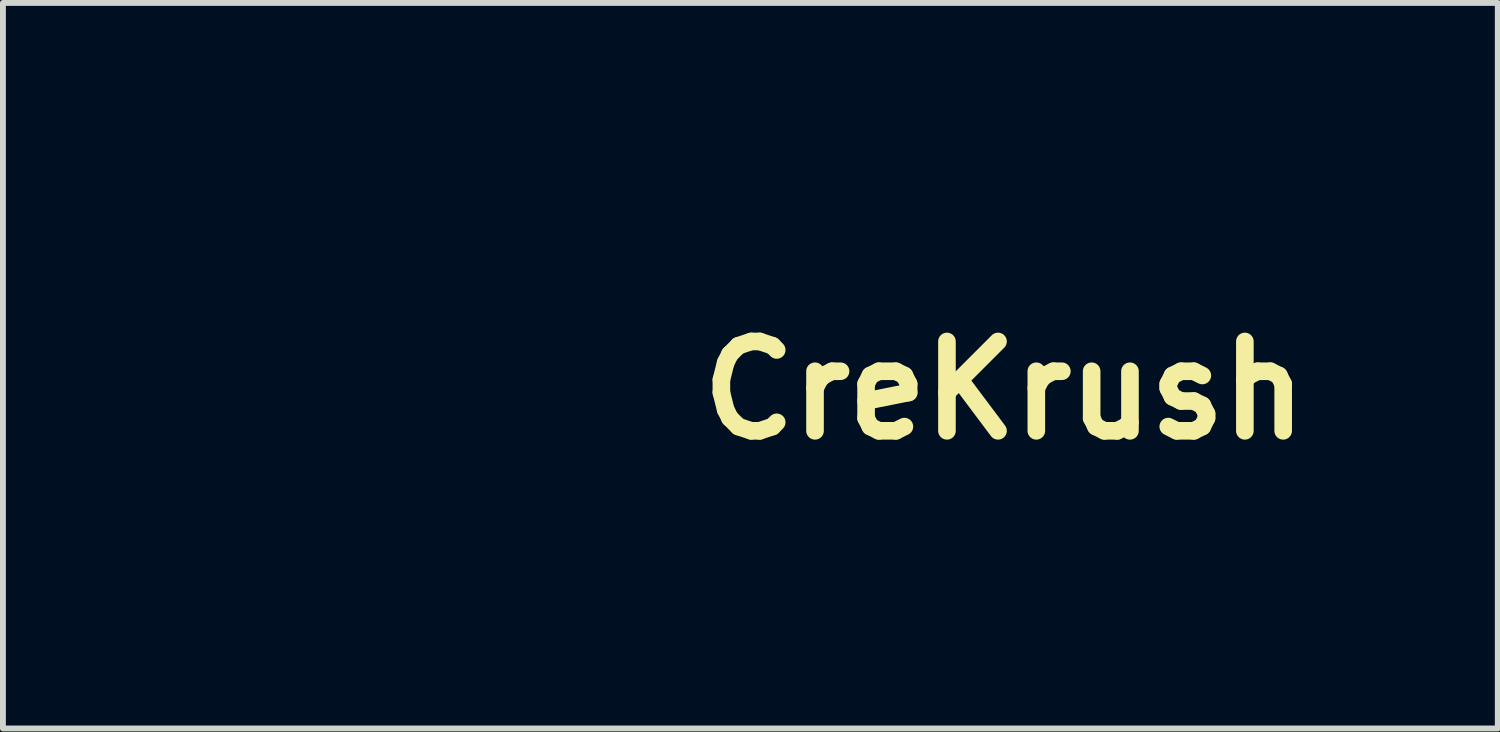
<source format=kicad_pcb>
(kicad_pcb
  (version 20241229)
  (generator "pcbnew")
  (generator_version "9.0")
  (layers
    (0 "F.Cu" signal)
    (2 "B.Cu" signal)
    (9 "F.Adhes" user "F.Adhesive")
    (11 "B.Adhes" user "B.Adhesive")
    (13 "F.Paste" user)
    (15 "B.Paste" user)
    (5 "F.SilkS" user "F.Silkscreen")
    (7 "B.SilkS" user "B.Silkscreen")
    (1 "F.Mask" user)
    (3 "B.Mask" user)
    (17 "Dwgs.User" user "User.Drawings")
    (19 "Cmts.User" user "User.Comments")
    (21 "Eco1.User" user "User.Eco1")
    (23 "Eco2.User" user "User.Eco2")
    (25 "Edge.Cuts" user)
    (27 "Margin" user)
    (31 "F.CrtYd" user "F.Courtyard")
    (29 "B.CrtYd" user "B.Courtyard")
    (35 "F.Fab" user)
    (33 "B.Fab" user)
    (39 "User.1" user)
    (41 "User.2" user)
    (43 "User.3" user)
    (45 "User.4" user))
  (footprint "CreKrush"
    (layer "F.Cu")
    (at 14.077 3.607)
    (property "Reference" "CreKrush" (at 0 0 180) (layer "F.SilkS") (effects (font (size 1.524 1.524) (thickness 0.3))))
    (attr through_hole)
    (fp_poly (pts (xy -13.564 2.718) (xy -14.072 2.718) (xy -14.072 1.499) (xy -13.564 1.499) (xy -13.564 2.718)) (stroke (width 0.01) (type solid)) (fill yes) (layer "F.Mask"))
    (fp_poly (pts (xy -4.928 -2.362) (xy -5.436 -2.362) (xy -5.436 -3.581) (xy -4.928 -3.581) (xy -4.928 -2.362)) (stroke (width 0.01) (type solid)) (fill yes) (layer "F.Mask"))
    (fp_poly (pts (xy 3.81 0.686) (xy -13.919 0.686) (xy -13.919 0.483) (xy 3.81 0.483) (xy 3.81 0.686)) (stroke (width 0.01) (type solid)) (fill yes) (layer "F.Mask"))
    (fp_poly (pts (xy -3.105 -3.576) (xy -2.832 -3.569) (xy -2.527 -2.985) (xy -2.513 -3.581) (xy -2.083 -3.581) (xy -2.083 -2.36) (xy -2.625 -2.375) (xy -2.934 -2.959) (xy -2.941 -2.661) (xy -2.948 -2.362) (xy -3.378 -2.362) (xy -3.378 -3.583) (xy -3.105 -3.576)) (stroke (width 0.01) (type solid)) (fill yes) (layer "F.Mask"))
    (fp_poly (pts (xy -4.912 1.504) (xy -4.642 1.511) (xy -4.499 1.795) (xy -4.444 1.903) (xy -4.396 1.992) (xy -4.362 2.054) (xy -4.344 2.08) (xy -4.343 2.081) (xy -4.339 2.058) (xy -4.337 1.994) (xy -4.337 1.9) (xy -4.339 1.791) (xy -4.348 1.499) (xy -3.886 1.499) (xy -3.886 2.718) (xy -4.432 2.717) (xy -4.748 2.121) (xy -4.75 2.718) (xy -5.182 2.718) (xy -5.182 1.497) (xy -4.912 1.504)) (stroke (width 0.01) (type solid)) (fill yes) (layer "F.Mask"))
    (fp_poly (pts (xy 2.29 -1.65) (xy 2.453 -1.648) (xy 2.591 -1.645) (xy 2.698 -1.641) (xy 2.768 -1.636) (xy 2.794 -1.63) (xy 2.794 -1.63) (xy 2.785 -1.597) (xy 2.762 -1.532) (xy 2.733 -1.458) (xy 2.672 -1.308) (xy 2.53 -1.3) (xy 2.388 -1.293) (xy 2.388 -0.406) (xy 1.854 -0.406) (xy 1.854 -1.293) (xy 1.71 -1.3) (xy 1.566 -1.308) (xy 1.426 -1.651) (xy 2.11 -1.651) (xy 2.29 -1.65)) (stroke (width 0.01) (type solid)) (fill yes) (layer "F.Mask"))
    (fp_poly (pts (xy -10.848 1.631) (xy -10.879 1.707) (xy -10.903 1.764) (xy -10.912 1.783) (xy -10.941 1.791) (xy -11.01 1.798) (xy -11.109 1.802) (xy -11.216 1.803) (xy -11.506 1.803) (xy -11.506 1.956) (xy -10.947 1.956) (xy -10.947 2.235) (xy -11.506 2.235) (xy -11.506 2.411) (xy -11.212 2.419) (xy -10.917 2.426) (xy -10.858 2.572) (xy -10.799 2.718) (xy -11.938 2.718) (xy -11.938 1.499) (xy -10.796 1.499) (xy -10.848 1.631)) (stroke (width 0.01) (type solid)) (fill yes) (layer "F.Mask"))
    (fp_poly (pts (xy -6.529 1.657) (xy -6.49 1.746) (xy -6.458 1.822) (xy -6.44 1.866) (xy -6.428 1.881) (xy -6.408 1.861) (xy -6.379 1.802) (xy -6.342 1.714) (xy -6.261 1.511) (xy -6.013 1.504) (xy -5.908 1.502) (xy -5.825 1.504) (xy -5.775 1.508) (xy -5.766 1.512) (xy -5.777 1.538) (xy -5.809 1.601) (xy -5.857 1.695) (xy -5.918 1.81) (xy -5.982 1.929) (xy -6.198 2.331) (xy -6.198 2.718) (xy -6.706 2.718) (xy -6.706 2.31) (xy -7.157 1.499) (xy -6.601 1.499) (xy -6.529 1.657)) (stroke (width 0.01) (type solid)) (fill yes) (layer "F.Mask"))
    (fp_poly (pts (xy -1.219 -1.203) (xy -1.22 -1.037) (xy -1.222 -0.912) (xy -1.227 -0.821) (xy -1.235 -0.755) (xy -1.247 -0.704) (xy -1.264 -0.66) (xy -1.27 -0.648) (xy -1.325 -0.56) (xy -1.399 -0.496) (xy -1.499 -0.452) (xy -1.632 -0.425) (xy -1.808 -0.411) (xy -1.809 -0.411) (xy -2.083 -0.4) (xy -2.083 -0.73) (xy -1.954 -0.743) (xy -1.88 -0.752) (xy -1.825 -0.767) (xy -1.786 -0.796) (xy -1.761 -0.846) (xy -1.746 -0.924) (xy -1.738 -1.036) (xy -1.734 -1.191) (xy -1.734 -1.239) (xy -1.727 -1.638) (xy -1.219 -1.653) (xy -1.219 -1.203)) (stroke (width 0.01) (type solid)) (fill yes) (layer "F.Mask"))
    (fp_poly (pts (xy -6.911 -3.449) (xy -6.942 -3.373) (xy -6.966 -3.316) (xy -6.975 -3.297) (xy -7.004 -3.289) (xy -7.073 -3.282) (xy -7.172 -3.278) (xy -7.279 -3.277) (xy -7.569 -3.277) (xy -7.569 -3.124) (xy -7.01 -3.124) (xy -7.01 -2.847) (xy -7.283 -2.839) (xy -7.556 -2.832) (xy -7.564 -2.75) (xy -7.572 -2.667) (xy -7.28 -2.667) (xy -7.164 -2.665) (xy -7.067 -2.661) (xy -7.001 -2.654) (xy -6.975 -2.647) (xy -6.96 -2.613) (xy -6.933 -2.549) (xy -6.911 -2.494) (xy -6.859 -2.362) (xy -8.001 -2.362) (xy -8.001 -3.581) (xy -6.859 -3.581) (xy -6.911 -3.449)) (stroke (width 0.01) (type solid)) (fill yes) (layer "F.Mask"))
    (fp_poly (pts (xy -9.053 -1.646) (xy -8.784 -1.638) (xy -8.64 -1.354) (xy -8.584 -1.246) (xy -8.535 -1.157) (xy -8.498 -1.095) (xy -8.478 -1.069) (xy -8.477 -1.068) (xy -8.47 -1.091) (xy -8.464 -1.155) (xy -8.46 -1.25) (xy -8.458 -1.359) (xy -8.458 -1.651) (xy -8.026 -1.651) (xy -8.026 -0.406) (xy -8.29 -0.406) (xy -8.431 -0.409) (xy -8.525 -0.418) (xy -8.573 -0.433) (xy -8.579 -0.438) (xy -8.6 -0.472) (xy -8.639 -0.542) (xy -8.689 -0.635) (xy -8.741 -0.734) (xy -8.877 -0.998) (xy -8.884 -0.702) (xy -8.892 -0.406) (xy -9.322 -0.406) (xy -9.322 -1.653) (xy -9.053 -1.646)) (stroke (width 0.01) (type solid)) (fill yes) (layer "F.Mask"))
    (fp_poly (pts (xy 3.866 -3.397) (xy 3.768 -3.217) (xy 3.691 -3.074) (xy 3.632 -2.964) (xy 3.59 -2.88) (xy 3.561 -2.815) (xy 3.544 -2.762) (xy 3.534 -2.717) (xy 3.531 -2.671) (xy 3.53 -2.619) (xy 3.531 -2.569) (xy 3.531 -2.362) (xy 3.023 -2.362) (xy 3.023 -2.742) (xy 2.795 -3.155) (xy 2.567 -3.569) (xy 2.836 -3.576) (xy 2.948 -3.578) (xy 3.039 -3.578) (xy 3.099 -3.575) (xy 3.116 -3.572) (xy 3.131 -3.546) (xy 3.16 -3.484) (xy 3.198 -3.399) (xy 3.21 -3.37) (xy 3.294 -3.179) (xy 3.376 -3.38) (xy 3.458 -3.581) (xy 3.966 -3.581) (xy 3.866 -3.397)) (stroke (width 0.01) (type solid)) (fill yes) (layer "F.Mask"))
    (fp_poly (pts (xy -0.33 -1.65) (xy -0.185 -1.648) (xy -0.065 -1.644) (xy 0.023 -1.64) (xy 0.07 -1.635) (xy 0.076 -1.632) (xy 0.068 -1.599) (xy 0.046 -1.536) (xy 0.028 -1.486) (xy -0.02 -1.359) (xy -0.329 -1.352) (xy -0.638 -1.345) (xy -0.63 -1.266) (xy -0.622 -1.187) (xy -0.076 -1.197) (xy -0.076 -0.889) (xy -0.635 -0.889) (xy -0.635 -0.711) (xy -0.032 -0.711) (xy 0.022 -0.581) (xy 0.052 -0.505) (xy 0.072 -0.448) (xy 0.076 -0.428) (xy 0.052 -0.422) (xy -0.016 -0.417) (xy -0.12 -0.412) (xy -0.254 -0.409) (xy -0.41 -0.407) (xy -0.502 -0.406) (xy -1.079 -0.406) (xy -1.072 -1.029) (xy -1.065 -1.651) (xy -0.494 -1.651) (xy -0.33 -1.65)) (stroke (width 0.01) (type solid)) (fill yes) (layer "F.Mask"))
    (fp_poly (pts (xy -13.531 -3.579) (xy -13.388 -3.574) (xy -13.266 -3.566) (xy -13.176 -3.557) (xy -13.152 -3.553) (xy -13.011 -3.5) (xy -12.904 -3.412) (xy -12.835 -3.293) (xy -12.805 -3.147) (xy -12.812 -3.013) (xy -12.852 -2.875) (xy -12.926 -2.768) (xy -13.037 -2.69) (xy -13.188 -2.641) (xy -13.348 -2.619) (xy -13.551 -2.603) (xy -13.566 -2.362) (xy -14.072 -2.362) (xy -14.072 -3.251) (xy -13.564 -3.251) (xy -13.564 -2.946) (xy -13.467 -2.946) (xy -13.396 -2.954) (xy -13.345 -2.973) (xy -13.34 -2.977) (xy -13.315 -3.031) (xy -13.312 -3.107) (xy -13.329 -3.179) (xy -13.35 -3.211) (xy -13.402 -3.239) (xy -13.473 -3.251) (xy -13.477 -3.251) (xy -13.564 -3.251) (xy -14.072 -3.251) (xy -14.072 -3.581) (xy -13.679 -3.581) (xy -13.531 -3.579)) (stroke (width 0.01) (type solid)) (fill yes) (layer "F.Mask"))
    (fp_poly (pts (xy -1.22 -3.581) (xy -1.074 -3.58) (xy -0.954 -3.578) (xy -0.867 -3.575) (xy -0.819 -3.573) (xy -0.813 -3.571) (xy -0.821 -3.544) (xy -0.843 -3.483) (xy -0.867 -3.419) (xy -0.921 -3.278) (xy -1.216 -3.271) (xy -1.511 -3.264) (xy -1.511 -3.2) (xy -1.51 -3.172) (xy -1.499 -3.154) (xy -1.471 -3.142) (xy -1.415 -3.136) (xy -1.324 -3.132) (xy -1.238 -3.13) (xy -0.965 -3.122) (xy -0.965 -2.847) (xy -1.238 -2.839) (xy -1.511 -2.832) (xy -1.511 -2.68) (xy -1.216 -2.673) (xy -0.921 -2.665) (xy -0.867 -2.524) (xy -0.838 -2.447) (xy -0.818 -2.392) (xy -0.813 -2.373) (xy -0.837 -2.37) (xy -0.905 -2.367) (xy -1.009 -2.365) (xy -1.143 -2.363) (xy -1.298 -2.362) (xy -1.384 -2.362) (xy -1.956 -2.362) (xy -1.956 -3.581) (xy -1.384 -3.581) (xy -1.22 -3.581)) (stroke (width 0.01) (type solid)) (fill yes) (layer "F.Mask"))
    (fp_poly (pts (xy 1.127 -1.308) (xy 0.932 -1.295) (xy 0.81 -1.282) (xy 0.728 -1.258) (xy 0.679 -1.215) (xy 0.652 -1.146) (xy 0.641 -1.069) (xy 0.639 -0.945) (xy 0.664 -0.854) (xy 0.72 -0.792) (xy 0.813 -0.755) (xy 0.947 -0.739) (xy 1.032 -0.737) (xy 1.219 -0.737) (xy 1.219 -0.406) (xy 0.895 -0.408) (xy 0.713 -0.412) (xy 0.574 -0.423) (xy 0.48 -0.441) (xy 0.471 -0.444) (xy 0.34 -0.506) (xy 0.243 -0.592) (xy 0.178 -0.688) (xy 0.145 -0.754) (xy 0.126 -0.819) (xy 0.117 -0.902) (xy 0.114 -1.016) (xy 0.117 -1.138) (xy 0.129 -1.227) (xy 0.151 -1.303) (xy 0.175 -1.354) (xy 0.235 -1.453) (xy 0.312 -1.528) (xy 0.411 -1.583) (xy 0.539 -1.62) (xy 0.703 -1.642) (xy 0.909 -1.65) (xy 0.957 -1.65) (xy 1.267 -1.651) (xy 1.127 -1.308)) (stroke (width 0.01) (type solid)) (fill yes) (layer "F.Mask"))
    (fp_poly (pts (xy -12.798 1.505) (xy -12.593 1.525) (xy -12.43 1.562) (xy -12.304 1.618) (xy -12.213 1.695) (xy -12.152 1.796) (xy -12.117 1.924) (xy -12.104 2.081) (xy -12.104 2.108) (xy -12.117 2.288) (xy -12.159 2.43) (xy -12.234 2.54) (xy -12.347 2.625) (xy -12.473 2.68) (xy -12.536 2.696) (xy -12.626 2.707) (xy -12.749 2.714) (xy -12.913 2.717) (xy -13.008 2.718) (xy -13.437 2.718) (xy -13.437 2.388) (xy -12.903 2.388) (xy -12.808 2.387) (xy -12.736 2.382) (xy -12.684 2.368) (xy -12.679 2.366) (xy -12.644 2.317) (xy -12.621 2.235) (xy -12.612 2.135) (xy -12.616 2.032) (xy -12.635 1.942) (xy -12.659 1.892) (xy -12.702 1.863) (xy -12.772 1.841) (xy -12.796 1.836) (xy -12.903 1.822) (xy -12.903 2.388) (xy -13.437 2.388) (xy -13.437 1.499) (xy -13.048 1.499) (xy -12.798 1.505)) (stroke (width 0.01) (type solid)) (fill yes) (layer "F.Mask"))
    (fp_poly (pts (xy -11.574 -3.422) (xy -11.639 -3.257) (xy -11.831 -3.245) (xy -11.956 -3.231) (xy -12.039 -3.204) (xy -12.087 -3.154) (xy -12.11 -3.073) (xy -12.116 -2.958) (xy -12.113 -2.867) (xy -12.103 -2.81) (xy -12.079 -2.772) (xy -12.049 -2.745) (xy -12.006 -2.718) (xy -11.952 -2.702) (xy -11.873 -2.694) (xy -11.769 -2.692) (xy -11.557 -2.692) (xy -11.557 -2.362) (xy -11.881 -2.363) (xy -12.065 -2.368) (xy -12.206 -2.379) (xy -12.299 -2.398) (xy -12.306 -2.4) (xy -12.411 -2.458) (xy -12.51 -2.548) (xy -12.587 -2.653) (xy -12.622 -2.734) (xy -12.642 -2.849) (xy -12.648 -2.983) (xy -12.64 -3.112) (xy -12.62 -3.203) (xy -12.548 -3.345) (xy -12.44 -3.46) (xy -12.362 -3.511) (xy -12.313 -3.533) (xy -12.259 -3.549) (xy -12.19 -3.561) (xy -12.096 -3.568) (xy -11.967 -3.574) (xy -11.882 -3.577) (xy -11.509 -3.587) (xy -11.574 -3.422)) (stroke (width 0.01) (type solid)) (fill yes) (layer "F.Mask"))
    (fp_poly (pts (xy -9.422 2.115) (xy -9.203 2.718) (xy -9.667 2.718) (xy -9.731 2.54) (xy -10.131 2.54) (xy -10.16 2.629) (xy -10.189 2.718) (xy -10.416 2.718) (xy -10.516 2.716) (xy -10.594 2.711) (xy -10.637 2.703) (xy -10.643 2.699) (xy -10.634 2.67) (xy -10.611 2.601) (xy -10.575 2.498) (xy -10.528 2.367) (xy -10.485 2.245) (xy -10.026 2.245) (xy -9.997 2.258) (xy -9.934 2.261) (xy -9.865 2.254) (xy -9.831 2.237) (xy -9.83 2.231) (xy -9.837 2.187) (xy -9.856 2.12) (xy -9.88 2.045) (xy -9.904 1.979) (xy -9.924 1.937) (xy -9.931 1.93) (xy -9.946 1.953) (xy -9.967 2.009) (xy -9.98 2.051) (xy -10.002 2.132) (xy -10.021 2.197) (xy -10.026 2.216) (xy -10.026 2.245) (xy -10.485 2.245) (xy -10.474 2.215) (xy -10.431 2.095) (xy -10.219 1.511) (xy -9.64 1.511) (xy -9.422 2.115)) (stroke (width 0.01) (type solid)) (fill yes) (layer "F.Mask"))
    (fp_poly (pts (xy -6.128 -1.647) (xy -5.958 -1.643) (xy -5.83 -1.639) (xy -5.735 -1.633) (xy -5.665 -1.625) (xy -5.612 -1.612) (xy -5.567 -1.596) (xy -5.536 -1.581) (xy -5.426 -1.508) (xy -5.354 -1.412) (xy -5.318 -1.288) (xy -5.312 -1.135) (xy -5.323 -1.021) (xy -5.342 -0.941) (xy -5.377 -0.875) (xy -5.383 -0.867) (xy -5.479 -0.775) (xy -5.617 -0.71) (xy -5.794 -0.673) (xy -5.874 -0.666) (xy -6.071 -0.654) (xy -6.071 -0.406) (xy -6.604 -0.406) (xy -6.604 -0.991) (xy -6.073 -0.991) (xy -5.985 -0.991) (xy -5.913 -1.002) (xy -5.859 -1.029) (xy -5.857 -1.031) (xy -5.827 -1.086) (xy -5.818 -1.16) (xy -5.828 -1.23) (xy -5.85 -1.266) (xy -5.897 -1.287) (xy -5.967 -1.301) (xy -5.971 -1.301) (xy -6.058 -1.308) (xy -6.065 -1.149) (xy -6.073 -0.991) (xy -6.604 -0.991) (xy -6.604 -1.656) (xy -6.128 -1.647)) (stroke (width 0.01) (type solid)) (fill yes) (layer "F.Mask"))
    (fp_poly (pts (xy -4.461 -1.649) (xy -4.288 -1.641) (xy -4.153 -1.628) (xy -4.051 -1.607) (xy -3.974 -1.578) (xy -3.916 -1.54) (xy -3.894 -1.518) (xy -3.843 -1.445) (xy -3.815 -1.357) (xy -3.806 -1.238) (xy -3.806 -1.219) (xy -3.824 -1.082) (xy -3.875 -0.978) (xy -3.947 -0.916) (xy -4.012 -0.881) (xy -3.889 -0.643) (xy -3.766 -0.405) (xy -4.019 -0.412) (xy -4.272 -0.419) (xy -4.435 -0.826) (xy -4.567 -0.833) (xy -4.699 -0.841) (xy -4.699 -0.406) (xy -5.156 -0.406) (xy -5.156 -1.346) (xy -4.699 -1.346) (xy -4.699 -1.092) (xy -4.527 -1.092) (xy -4.394 -1.1) (xy -4.309 -1.125) (xy -4.298 -1.132) (xy -4.256 -1.178) (xy -4.242 -1.219) (xy -4.265 -1.28) (xy -4.334 -1.322) (xy -4.448 -1.343) (xy -4.527 -1.346) (xy -4.699 -1.346) (xy -5.156 -1.346) (xy -5.156 -1.651) (xy -4.678 -1.651) (xy -4.461 -1.649)) (stroke (width 0.01) (type solid)) (fill yes) (layer "F.Mask"))
    (fp_poly (pts (xy -3.247 1.914) (xy -3.242 2.086) (xy -3.235 2.213) (xy -3.224 2.303) (xy -3.206 2.361) (xy -3.18 2.395) (xy -3.143 2.41) (xy -3.101 2.413) (xy -3.056 2.41) (xy -3.023 2.397) (xy -3 2.368) (xy -2.985 2.314) (xy -2.977 2.231) (xy -2.973 2.111) (xy -2.972 1.948) (xy -2.972 1.925) (xy -2.972 1.499) (xy -2.434 1.499) (xy -2.443 1.949) (xy -2.448 2.143) (xy -2.457 2.293) (xy -2.472 2.407) (xy -2.496 2.492) (xy -2.531 2.556) (xy -2.58 2.605) (xy -2.646 2.648) (xy -2.694 2.672) (xy -2.832 2.722) (xy -2.999 2.752) (xy -3.175 2.759) (xy -3.33 2.744) (xy -3.487 2.699) (xy -3.607 2.628) (xy -3.641 2.595) (xy -3.682 2.541) (xy -3.712 2.476) (xy -3.733 2.393) (xy -3.747 2.282) (xy -3.755 2.138) (xy -3.758 1.951) (xy -3.758 1.924) (xy -3.759 1.499) (xy -3.256 1.499) (xy -3.247 1.914)) (stroke (width 0.01) (type solid)) (fill yes) (layer "F.Mask"))
    (fp_poly (pts (xy -12.117 -1.645) (xy -11.824 -1.638) (xy -11.706 -1.308) (xy -11.65 -1.152) (xy -11.588 -0.981) (xy -11.528 -0.815) (xy -11.484 -0.692) (xy -11.381 -0.406) (xy -11.858 -0.406) (xy -11.887 -0.495) (xy -11.917 -0.584) (xy -12.322 -0.584) (xy -12.359 -0.495) (xy -12.396 -0.406) (xy -12.627 -0.406) (xy -12.741 -0.408) (xy -12.811 -0.414) (xy -12.844 -0.426) (xy -12.847 -0.438) (xy -12.835 -0.47) (xy -12.809 -0.543) (xy -12.771 -0.649) (xy -12.723 -0.783) (xy -12.685 -0.889) (xy -12.238 -0.889) (xy -12.126 -0.889) (xy -12.059 -0.893) (xy -12.019 -0.904) (xy -12.014 -0.91) (xy -12.022 -0.949) (xy -12.043 -1.016) (xy -12.069 -1.092) (xy -12.094 -1.159) (xy -12.112 -1.198) (xy -12.114 -1.2) (xy -12.129 -1.188) (xy -12.154 -1.137) (xy -12.183 -1.06) (xy -12.185 -1.054) (xy -12.238 -0.889) (xy -12.685 -0.889) (xy -12.667 -0.937) (xy -12.622 -1.061) (xy -12.409 -1.653) (xy -12.117 -1.645)) (stroke (width 0.01) (type solid)) (fill yes) (layer "F.Mask"))
    (fp_poly (pts (xy -8.964 -3.58) (xy -8.825 -3.575) (xy -8.706 -3.567) (xy -8.62 -3.558) (xy -8.608 -3.556) (xy -8.444 -3.504) (xy -8.317 -3.415) (xy -8.225 -3.292) (xy -8.171 -3.134) (xy -8.158 -3.028) (xy -8.163 -2.841) (xy -8.206 -2.685) (xy -8.288 -2.559) (xy -8.307 -2.539) (xy -8.374 -2.479) (xy -8.446 -2.434) (xy -8.532 -2.402) (xy -8.638 -2.381) (xy -8.774 -2.368) (xy -8.948 -2.363) (xy -9.066 -2.362) (xy -9.487 -2.362) (xy -9.48 -2.972) (xy -8.966 -2.972) (xy -8.966 -2.692) (xy -8.866 -2.692) (xy -8.791 -2.702) (xy -8.735 -2.725) (xy -8.728 -2.731) (xy -8.694 -2.794) (xy -8.674 -2.888) (xy -8.671 -2.995) (xy -8.686 -3.095) (xy -8.727 -3.184) (xy -8.795 -3.235) (xy -8.898 -3.251) (xy -8.904 -3.251) (xy -8.931 -3.25) (xy -8.949 -3.239) (xy -8.959 -3.211) (xy -8.964 -3.156) (xy -8.966 -3.066) (xy -8.966 -2.972) (xy -9.48 -2.972) (xy -9.472 -3.581) (xy -9.108 -3.581) (xy -8.964 -3.58)) (stroke (width 0.01) (type solid)) (fill yes) (layer "F.Mask"))
    (fp_poly (pts (xy -0.21 -3.577) (xy -0.042 -3.573) (xy 0.085 -3.568) (xy 0.178 -3.56) (xy 0.247 -3.55) (xy 0.302 -3.536) (xy 0.35 -3.517) (xy 0.356 -3.514) (xy 0.492 -3.428) (xy 0.588 -3.314) (xy 0.646 -3.168) (xy 0.667 -2.989) (xy 0.667 -2.972) (xy 0.649 -2.79) (xy 0.594 -2.642) (xy 0.5 -2.522) (xy 0.368 -2.43) (xy 0.327 -2.41) (xy 0.282 -2.395) (xy 0.225 -2.385) (xy 0.147 -2.377) (xy 0.04 -2.372) (xy -0.105 -2.368) (xy -0.197 -2.367) (xy -0.66 -2.358) (xy -0.66 -3.251) (xy -0.152 -3.251) (xy -0.152 -2.692) (xy -0.056 -2.692) (xy 0.022 -2.702) (xy 0.084 -2.724) (xy 0.089 -2.728) (xy 0.117 -2.761) (xy 0.135 -2.817) (xy 0.146 -2.908) (xy 0.148 -2.942) (xy 0.152 -3.038) (xy 0.147 -3.1) (xy 0.131 -3.141) (xy 0.1 -3.179) (xy 0.093 -3.186) (xy 0.01 -3.24) (xy -0.062 -3.251) (xy -0.152 -3.251) (xy -0.66 -3.251) (xy -0.66 -3.586) (xy -0.21 -3.577)) (stroke (width 0.01) (type solid)) (fill yes) (layer "F.Mask"))
    (fp_poly (pts (xy -0.159 1.503) (xy 0.028 1.507) (xy 0.17 1.512) (xy 0.276 1.518) (xy 0.352 1.526) (xy 0.404 1.537) (xy 0.441 1.552) (xy 0.445 1.553) (xy 0.536 1.615) (xy 0.592 1.686) (xy 0.621 1.782) (xy 0.63 1.864) (xy 0.625 2.015) (xy 0.587 2.128) (xy 0.518 2.203) (xy 0.501 2.212) (xy 0.455 2.237) (xy 0.437 2.249) (xy 0.444 2.272) (xy 0.472 2.33) (xy 0.514 2.413) (xy 0.545 2.47) (xy 0.594 2.564) (xy 0.634 2.641) (xy 0.657 2.69) (xy 0.66 2.702) (xy 0.637 2.709) (xy 0.573 2.713) (xy 0.481 2.714) (xy 0.416 2.712) (xy 0.171 2.705) (xy 0.018 2.311) (xy -0.254 2.311) (xy -0.254 2.718) (xy -0.686 2.718) (xy -0.686 1.803) (xy -0.254 1.803) (xy -0.254 2.032) (xy -0.056 2.032) (xy 0.056 2.028) (xy 0.136 2.017) (xy 0.173 2.002) (xy 0.201 1.944) (xy 0.195 1.88) (xy 0.158 1.832) (xy 0.154 1.83) (xy 0.105 1.816) (xy 0.022 1.807) (xy -0.075 1.803) (xy -0.254 1.803) (xy -0.686 1.803) (xy -0.686 1.494) (xy -0.159 1.503)) (stroke (width 0.01) (type solid)) (fill yes) (layer "F.Mask"))
    (fp_poly (pts (xy -3.717 -3.602) (xy -3.51 -3.594) (xy -3.622 -3.315) (xy -3.896 -3.299) (xy -4.049 -3.287) (xy -4.159 -3.266) (xy -4.237 -3.233) (xy -4.29 -3.184) (xy -4.327 -3.114) (xy -4.339 -3.08) (xy -4.358 -2.953) (xy -4.336 -2.842) (xy -4.278 -2.752) (xy -4.189 -2.693) (xy -4.074 -2.672) (xy -4.051 -2.673) (xy -3.985 -2.681) (xy -3.955 -2.702) (xy -3.943 -2.749) (xy -3.942 -2.761) (xy -3.941 -2.816) (xy -3.964 -2.84) (xy -4.018 -2.849) (xy -4.071 -2.859) (xy -4.097 -2.882) (xy -4.108 -2.936) (xy -4.11 -2.965) (xy -4.118 -3.073) (xy -3.505 -3.073) (xy -3.505 -2.362) (xy -3.905 -2.363) (xy -4.073 -2.365) (xy -4.2 -2.369) (xy -4.297 -2.378) (xy -4.373 -2.391) (xy -4.439 -2.41) (xy -4.44 -2.41) (xy -4.528 -2.448) (xy -4.605 -2.491) (xy -4.636 -2.515) (xy -4.709 -2.615) (xy -4.76 -2.748) (xy -4.786 -2.899) (xy -4.785 -3.055) (xy -4.757 -3.203) (xy -4.722 -3.292) (xy -4.653 -3.398) (xy -4.565 -3.476) (xy -4.45 -3.531) (xy -4.299 -3.568) (xy -4.176 -3.584) (xy -4.036 -3.595) (xy -3.886 -3.601) (xy -3.752 -3.602) (xy -3.717 -3.602)) (stroke (width 0.01) (type solid)) (fill yes) (layer "F.Mask"))
    (fp_poly (pts (xy 1.733 1.505) (xy 1.9 1.543) (xy 2.032 1.61) (xy 2.133 1.707) (xy 2.175 1.769) (xy 2.225 1.892) (xy 2.254 2.042) (xy 2.258 2.198) (xy 2.237 2.342) (xy 2.236 2.348) (xy 2.177 2.477) (xy 2.085 2.594) (xy 1.973 2.681) (xy 1.925 2.705) (xy 1.819 2.734) (xy 1.683 2.753) (xy 1.535 2.76) (xy 1.393 2.755) (xy 1.277 2.738) (xy 1.265 2.735) (xy 1.102 2.668) (xy 0.978 2.57) (xy 0.893 2.439) (xy 0.846 2.275) (xy 0.835 2.127) (xy 0.837 2.106) (xy 1.352 2.106) (xy 1.359 2.218) (xy 1.388 2.317) (xy 1.433 2.395) (xy 1.49 2.446) (xy 1.555 2.462) (xy 1.623 2.437) (xy 1.65 2.414) (xy 1.694 2.354) (xy 1.719 2.277) (xy 1.726 2.171) (xy 1.723 2.071) (xy 1.703 1.941) (xy 1.664 1.856) (xy 1.602 1.812) (xy 1.547 1.803) (xy 1.47 1.821) (xy 1.413 1.879) (xy 1.372 1.98) (xy 1.37 1.986) (xy 1.352 2.106) (xy 0.837 2.106) (xy 0.853 1.935) (xy 0.907 1.778) (xy 0.997 1.656) (xy 1.124 1.568) (xy 1.289 1.514) (xy 1.492 1.493) (xy 1.526 1.493) (xy 1.733 1.505)) (stroke (width 0.01) (type solid)) (fill yes) (layer "F.Mask"))
    (fp_poly (pts (xy -2.691 -1.641) (xy -2.538 -1.61) (xy -2.414 -1.555) (xy -2.314 -1.475) (xy -2.238 -1.38) (xy -2.19 -1.267) (xy -2.165 -1.125) (xy -2.16 -0.988) (xy -2.178 -0.801) (xy -2.234 -0.648) (xy -2.327 -0.527) (xy -2.46 -0.436) (xy -2.502 -0.417) (xy -2.599 -0.39) (xy -2.729 -0.372) (xy -2.872 -0.364) (xy -3.01 -0.367) (xy -3.126 -0.382) (xy -3.151 -0.389) (xy -3.321 -0.456) (xy -3.45 -0.551) (xy -3.539 -0.675) (xy -3.59 -0.832) (xy -3.603 -1.022) (xy -3.602 -1.066) (xy -3.067 -1.066) (xy -3.066 -0.925) (xy -3.04 -0.806) (xy -2.99 -0.721) (xy -2.964 -0.699) (xy -2.904 -0.666) (xy -2.852 -0.67) (xy -2.79 -0.711) (xy -2.777 -0.721) (xy -2.74 -0.758) (xy -2.717 -0.8) (xy -2.705 -0.861) (xy -2.698 -0.957) (xy -2.697 -0.971) (xy -2.7 -1.13) (xy -2.729 -1.244) (xy -2.784 -1.314) (xy -2.831 -1.335) (xy -2.922 -1.34) (xy -2.99 -1.302) (xy -3.037 -1.22) (xy -3.064 -1.092) (xy -3.067 -1.066) (xy -3.602 -1.066) (xy -3.601 -1.079) (xy -3.582 -1.227) (xy -3.543 -1.341) (xy -3.476 -1.441) (xy -3.427 -1.493) (xy -3.329 -1.567) (xy -3.207 -1.616) (xy -3.054 -1.644) (xy -2.883 -1.651) (xy -2.691 -1.641)) (stroke (width 0.01) (type solid)) (fill yes) (layer "F.Mask"))
    (fp_poly (pts (xy -13.002 -1.48) (xy -13.072 -1.308) (xy -13.614 -1.294) (xy -13.614 -1.219) (xy -13.611 -1.179) (xy -13.596 -1.152) (xy -13.56 -1.134) (xy -13.496 -1.123) (xy -13.396 -1.116) (xy -13.291 -1.112) (xy -13.184 -1.107) (xy -13.114 -1.097) (xy -13.066 -1.079) (xy -13.028 -1.05) (xy -13.014 -1.037) (xy -12.957 -0.946) (xy -12.932 -0.833) (xy -12.938 -0.71) (xy -12.973 -0.595) (xy -13.037 -0.5) (xy -13.078 -0.464) (xy -13.112 -0.444) (xy -13.147 -0.428) (xy -13.192 -0.418) (xy -13.255 -0.412) (xy -13.345 -0.408) (xy -13.47 -0.407) (xy -13.618 -0.406) (xy -14.072 -0.406) (xy -14.072 -0.711) (xy -13.759 -0.711) (xy -13.601 -0.714) (xy -13.488 -0.723) (xy -13.414 -0.74) (xy -13.374 -0.767) (xy -13.362 -0.805) (xy -13.364 -0.827) (xy -13.374 -0.851) (xy -13.4 -0.867) (xy -13.451 -0.877) (xy -13.538 -0.886) (xy -13.615 -0.891) (xy -13.727 -0.9) (xy -13.825 -0.914) (xy -13.895 -0.929) (xy -13.914 -0.937) (xy -13.992 -1.005) (xy -14.045 -1.106) (xy -14.07 -1.224) (xy -14.066 -1.345) (xy -14.028 -1.455) (xy -14.022 -1.466) (xy -13.977 -1.528) (xy -13.923 -1.576) (xy -13.853 -1.609) (xy -13.759 -1.632) (xy -13.634 -1.645) (xy -13.471 -1.65) (xy -13.35 -1.651) (xy -12.932 -1.651) (xy -13.002 -1.48)) (stroke (width 0.01) (type solid)) (fill yes) (layer "F.Mask"))
    (fp_poly (pts (xy 3.501 -1.646) (xy 3.542 -1.645) (xy 3.959 -1.638) (xy 3.821 -1.308) (xy 3.277 -1.294) (xy 3.277 -1.219) (xy 3.28 -1.179) (xy 3.295 -1.152) (xy 3.331 -1.134) (xy 3.395 -1.123) (xy 3.495 -1.116) (xy 3.6 -1.112) (xy 3.707 -1.107) (xy 3.777 -1.097) (xy 3.825 -1.079) (xy 3.863 -1.05) (xy 3.877 -1.037) (xy 3.934 -0.946) (xy 3.959 -0.833) (xy 3.953 -0.71) (xy 3.918 -0.595) (xy 3.854 -0.5) (xy 3.813 -0.464) (xy 3.779 -0.444) (xy 3.743 -0.428) (xy 3.698 -0.418) (xy 3.634 -0.411) (xy 3.544 -0.408) (xy 3.418 -0.407) (xy 3.279 -0.406) (xy 2.832 -0.406) (xy 2.832 -0.711) (xy 3.138 -0.711) (xy 3.295 -0.714) (xy 3.407 -0.723) (xy 3.479 -0.741) (xy 3.518 -0.768) (xy 3.529 -0.808) (xy 3.527 -0.827) (xy 3.517 -0.85) (xy 3.491 -0.866) (xy 3.441 -0.877) (xy 3.355 -0.885) (xy 3.273 -0.891) (xy 3.124 -0.904) (xy 3.017 -0.927) (xy 2.941 -0.964) (xy 2.889 -1.019) (xy 2.853 -1.087) (xy 2.827 -1.194) (xy 2.828 -1.316) (xy 2.852 -1.428) (xy 2.879 -1.484) (xy 2.929 -1.537) (xy 3.001 -1.588) (xy 3.023 -1.6) (xy 3.066 -1.62) (xy 3.111 -1.633) (xy 3.167 -1.642) (xy 3.245 -1.647) (xy 3.353 -1.648) (xy 3.501 -1.646)) (stroke (width 0.01) (type solid)) (fill yes) (layer "F.Mask"))
    (fp_poly (pts (xy -5.658 -3.416) (xy -5.724 -3.251) (xy -5.97 -3.251) (xy -6.105 -3.248) (xy -6.196 -3.236) (xy -6.249 -3.214) (xy -6.271 -3.178) (xy -6.269 -3.132) (xy -6.258 -3.109) (xy -6.227 -3.094) (xy -6.168 -3.083) (xy -6.071 -3.075) (xy -6.032 -3.072) (xy -5.871 -3.056) (xy -5.754 -3.026) (xy -5.673 -2.981) (xy -5.623 -2.919) (xy -5.618 -2.909) (xy -5.59 -2.794) (xy -5.596 -2.667) (xy -5.633 -2.545) (xy -5.697 -2.447) (xy -5.718 -2.427) (xy -5.747 -2.404) (xy -5.775 -2.387) (xy -5.812 -2.376) (xy -5.865 -2.368) (xy -5.942 -2.364) (xy -6.052 -2.363) (xy -6.202 -2.362) (xy -6.25 -2.362) (xy -6.706 -2.362) (xy -6.706 -2.667) (xy -6.403 -2.667) (xy -6.281 -2.668) (xy -6.175 -2.672) (xy -6.097 -2.677) (xy -6.06 -2.682) (xy -6.028 -2.717) (xy -6.02 -2.756) (xy -6.027 -2.797) (xy -6.055 -2.823) (xy -6.112 -2.838) (xy -6.206 -2.844) (xy -6.277 -2.845) (xy -6.441 -2.857) (xy -6.562 -2.894) (xy -6.644 -2.96) (xy -6.69 -3.056) (xy -6.702 -3.186) (xy -6.7 -3.23) (xy -6.686 -3.333) (xy -6.658 -3.404) (xy -6.628 -3.444) (xy -6.579 -3.492) (xy -6.53 -3.528) (xy -6.473 -3.552) (xy -6.398 -3.568) (xy -6.297 -3.577) (xy -6.162 -3.581) (xy -6.011 -3.581) (xy -5.593 -3.581) (xy -5.658 -3.416)) (stroke (width 0.01) (type solid)) (fill yes) (layer "F.Mask"))
    (fp_poly (pts (xy 3.259 1.499) (xy 3.377 1.5) (xy 3.467 1.503) (xy 3.52 1.505) (xy 3.531 1.507) (xy 3.522 1.533) (xy 3.499 1.593) (xy 3.47 1.666) (xy 3.408 1.816) (xy 2.883 1.841) (xy 2.883 1.994) (xy 3.111 2.009) (xy 3.251 2.021) (xy 3.35 2.04) (xy 3.419 2.069) (xy 3.47 2.113) (xy 3.491 2.139) (xy 3.518 2.21) (xy 3.529 2.309) (xy 3.525 2.417) (xy 3.505 2.516) (xy 3.492 2.55) (xy 3.461 2.606) (xy 3.424 2.649) (xy 3.373 2.679) (xy 3.301 2.699) (xy 3.2 2.711) (xy 3.064 2.716) (xy 2.886 2.718) (xy 2.873 2.718) (xy 2.438 2.718) (xy 2.438 2.413) (xy 2.753 2.413) (xy 2.89 2.412) (xy 2.986 2.408) (xy 3.047 2.4) (xy 3.084 2.387) (xy 3.101 2.373) (xy 3.12 2.324) (xy 3.107 2.29) (xy 3.083 2.269) (xy 3.035 2.254) (xy 2.954 2.243) (xy 2.834 2.235) (xy 2.719 2.228) (xy 2.643 2.22) (xy 2.593 2.206) (xy 2.556 2.184) (xy 2.522 2.15) (xy 2.514 2.141) (xy 2.447 2.032) (xy 2.417 1.906) (xy 2.426 1.778) (xy 2.475 1.664) (xy 2.489 1.644) (xy 2.535 1.593) (xy 2.589 1.556) (xy 2.657 1.529) (xy 2.748 1.512) (xy 2.87 1.503) (xy 3.031 1.499) (xy 3.122 1.499) (xy 3.259 1.499)) (stroke (width 0.01) (type solid)) (fill yes) (layer "F.Mask"))
    (fp_poly (pts (xy -10.865 -3.577) (xy -10.687 -3.574) (xy -10.552 -3.57) (xy -10.452 -3.564) (xy -10.379 -3.557) (xy -10.326 -3.546) (xy -10.283 -3.532) (xy -10.249 -3.516) (xy -10.161 -3.446) (xy -10.108 -3.355) (xy -10.09 -3.254) (xy -10.107 -3.155) (xy -10.16 -3.07) (xy -10.239 -3.013) (xy -10.261 -2.996) (xy -10.241 -2.982) (xy -10.143 -2.914) (xy -10.084 -2.816) (xy -10.065 -2.723) (xy -10.06 -2.643) (xy -10.07 -2.589) (xy -10.104 -2.542) (xy -10.139 -2.505) (xy -10.215 -2.445) (xy -10.3 -2.399) (xy -10.326 -2.39) (xy -10.385 -2.381) (xy -10.485 -2.373) (xy -10.616 -2.367) (xy -10.769 -2.363) (xy -10.903 -2.362) (xy -11.379 -2.362) (xy -11.379 -2.639) (xy -10.874 -2.639) (xy -10.727 -2.647) (xy -10.644 -2.652) (xy -10.599 -2.663) (xy -10.579 -2.686) (xy -10.572 -2.729) (xy -10.571 -2.735) (xy -10.583 -2.809) (xy -10.634 -2.853) (xy -10.727 -2.867) (xy -10.764 -2.865) (xy -10.823 -2.857) (xy -10.852 -2.836) (xy -10.863 -2.787) (xy -10.866 -2.748) (xy -10.874 -2.639) (xy -11.379 -2.639) (xy -11.379 -3.096) (xy -10.871 -3.096) (xy -10.753 -3.104) (xy -10.656 -3.121) (xy -10.607 -3.156) (xy -10.592 -3.214) (xy -10.622 -3.26) (xy -10.695 -3.289) (xy -10.753 -3.297) (xy -10.871 -3.305) (xy -10.871 -3.096) (xy -11.379 -3.096) (xy -11.379 -3.586) (xy -10.865 -3.577)) (stroke (width 0.01) (type solid)) (fill yes) (layer "F.Mask"))
    (fp_poly (pts (xy -8.096 1.503) (xy -7.911 1.507) (xy -7.768 1.512) (xy -7.661 1.519) (xy -7.581 1.531) (xy -7.521 1.549) (xy -7.473 1.573) (xy -7.428 1.606) (xy -7.398 1.633) (xy -7.355 1.699) (xy -7.337 1.784) (xy -7.342 1.876) (xy -7.367 1.961) (xy -7.409 2.025) (xy -7.467 2.056) (xy -7.48 2.057) (xy -7.516 2.066) (xy -7.509 2.089) (xy -7.464 2.117) (xy -7.442 2.126) (xy -7.374 2.176) (xy -7.321 2.259) (xy -7.292 2.358) (xy -7.29 2.396) (xy -7.313 2.485) (xy -7.374 2.572) (xy -7.461 2.643) (xy -7.519 2.672) (xy -7.57 2.687) (xy -7.632 2.699) (xy -7.714 2.707) (xy -7.824 2.713) (xy -7.97 2.715) (xy -8.122 2.716) (xy -8.611 2.718) (xy -8.611 2.21) (xy -8.103 2.21) (xy -8.103 2.438) (xy -7.981 2.438) (xy -7.902 2.432) (xy -7.843 2.417) (xy -7.828 2.408) (xy -7.8 2.351) (xy -7.806 2.286) (xy -7.843 2.238) (xy -7.847 2.236) (xy -7.904 2.219) (xy -7.982 2.21) (xy -7.999 2.21) (xy -8.103 2.21) (xy -8.611 2.21) (xy -8.611 1.984) (xy -8.103 1.984) (xy -7.985 1.976) (xy -7.888 1.959) (xy -7.839 1.924) (xy -7.823 1.866) (xy -7.854 1.82) (xy -7.926 1.791) (xy -7.985 1.783) (xy -8.103 1.775) (xy -8.103 1.984) (xy -8.611 1.984) (xy -8.611 1.494) (xy -8.096 1.503)) (stroke (width 0.01) (type solid)) (fill yes) (layer "F.Mask"))
    (fp_poly (pts (xy -7.031 -1.65) (xy -6.912 -1.646) (xy -6.822 -1.641) (xy -6.768 -1.635) (xy -6.756 -1.63) (xy -6.765 -1.597) (xy -6.789 -1.532) (xy -6.818 -1.458) (xy -6.879 -1.308) (xy -7.148 -1.301) (xy -7.417 -1.294) (xy -7.417 -1.221) (xy -7.412 -1.175) (xy -7.39 -1.145) (xy -7.344 -1.128) (xy -7.264 -1.12) (xy -7.142 -1.118) (xy -7.142 -1.118) (xy -6.992 -1.108) (xy -6.883 -1.078) (xy -6.808 -1.023) (xy -6.761 -0.94) (xy -6.756 -0.926) (xy -6.738 -0.804) (xy -6.754 -0.669) (xy -6.796 -0.557) (xy -6.826 -0.507) (xy -6.865 -0.469) (xy -6.917 -0.442) (xy -6.992 -0.424) (xy -7.096 -0.413) (xy -7.236 -0.408) (xy -7.419 -0.406) (xy -7.428 -0.406) (xy -7.874 -0.406) (xy -7.874 -0.711) (xy -7.558 -0.711) (xy -7.419 -0.712) (xy -7.321 -0.717) (xy -7.258 -0.725) (xy -7.219 -0.739) (xy -7.203 -0.751) (xy -7.166 -0.806) (xy -7.178 -0.847) (xy -7.238 -0.875) (xy -7.343 -0.888) (xy -7.39 -0.889) (xy -7.561 -0.898) (xy -7.688 -0.928) (xy -7.778 -0.982) (xy -7.835 -1.064) (xy -7.864 -1.177) (xy -7.869 -1.226) (xy -7.871 -1.323) (xy -7.861 -1.39) (xy -7.835 -1.447) (xy -7.819 -1.471) (xy -7.772 -1.532) (xy -7.72 -1.579) (xy -7.657 -1.611) (xy -7.575 -1.632) (xy -7.464 -1.644) (xy -7.317 -1.65) (xy -7.17 -1.651) (xy -7.031 -1.65)) (stroke (width 0.01) (type solid)) (fill yes) (layer "F.Mask"))
    (fp_poly (pts (xy -1.067 1.777) (xy -1.142 1.88) (xy -1.204 1.969) (xy -1.248 2.034) (xy -1.269 2.068) (xy -1.27 2.071) (xy -1.256 2.097) (xy -1.219 2.155) (xy -1.162 2.24) (xy -1.093 2.341) (xy -1.072 2.37) (xy -0.998 2.477) (xy -0.933 2.57) (xy -0.885 2.642) (xy -0.857 2.682) (xy -0.855 2.686) (xy -0.857 2.7) (xy -0.889 2.709) (xy -0.955 2.715) (xy -1.063 2.717) (xy -1.135 2.717) (xy -1.435 2.717) (xy -1.524 2.565) (xy -1.57 2.49) (xy -1.606 2.436) (xy -1.625 2.414) (xy -1.626 2.414) (xy -1.644 2.435) (xy -1.679 2.488) (xy -1.723 2.563) (xy -1.725 2.566) (xy -1.812 2.718) (xy -2.05 2.718) (xy -2.165 2.716) (xy -2.235 2.711) (xy -2.268 2.701) (xy -2.27 2.686) (xy -2.248 2.653) (xy -2.203 2.589) (xy -2.143 2.505) (xy -2.095 2.438) (xy -2.025 2.34) (xy -1.961 2.25) (xy -1.913 2.181) (xy -1.895 2.154) (xy -1.85 2.085) (xy -2.034 1.824) (xy -2.106 1.721) (xy -2.169 1.632) (xy -2.217 1.566) (xy -2.242 1.531) (xy -2.242 1.53) (xy -2.243 1.516) (xy -2.215 1.507) (xy -2.152 1.502) (xy -2.048 1.499) (xy -1.965 1.499) (xy -1.664 1.499) (xy -1.592 1.626) (xy -1.552 1.694) (xy -1.521 1.74) (xy -1.51 1.753) (xy -1.491 1.733) (xy -1.456 1.681) (xy -1.42 1.626) (xy -1.342 1.499) (xy -0.865 1.499) (xy -1.067 1.777)) (stroke (width 0.01) (type solid)) (fill yes) (layer "F.Mask"))
    (fp_poly (pts (xy 1.759 -3.577) (xy 1.939 -3.573) (xy 2.076 -3.569) (xy 2.178 -3.563) (xy 2.253 -3.555) (xy 2.308 -3.544) (xy 2.351 -3.529) (xy 2.372 -3.52) (xy 2.462 -3.451) (xy 2.517 -3.361) (xy 2.536 -3.259) (xy 2.518 -3.159) (xy 2.464 -3.072) (xy 2.381 -3.012) (xy 2.366 -2.995) (xy 2.387 -2.98) (xy 2.43 -2.952) (xy 2.485 -2.904) (xy 2.495 -2.893) (xy 2.542 -2.834) (xy 2.562 -2.767) (xy 2.565 -2.705) (xy 2.559 -2.62) (xy 2.532 -2.559) (xy 2.482 -2.502) (xy 2.431 -2.457) (xy 2.375 -2.423) (xy 2.305 -2.398) (xy 2.216 -2.381) (xy 2.099 -2.37) (xy 1.947 -2.364) (xy 1.753 -2.362) (xy 1.721 -2.362) (xy 1.245 -2.362) (xy 1.245 -2.639) (xy 1.75 -2.639) (xy 1.897 -2.647) (xy 1.98 -2.652) (xy 2.025 -2.663) (xy 2.045 -2.686) (xy 2.052 -2.729) (xy 2.053 -2.735) (xy 2.041 -2.809) (xy 1.989 -2.853) (xy 1.897 -2.867) (xy 1.859 -2.865) (xy 1.8 -2.857) (xy 1.772 -2.836) (xy 1.761 -2.787) (xy 1.757 -2.748) (xy 1.75 -2.639) (xy 1.245 -2.639) (xy 1.245 -3.096) (xy 1.749 -3.096) (xy 1.884 -3.104) (xy 1.963 -3.111) (xy 2.005 -3.124) (xy 2.022 -3.15) (xy 2.027 -3.177) (xy 2.016 -3.248) (xy 1.965 -3.288) (xy 1.874 -3.298) (xy 1.862 -3.297) (xy 1.799 -3.288) (xy 1.77 -3.264) (xy 1.759 -3.21) (xy 1.757 -3.193) (xy 1.749 -3.096) (xy 1.245 -3.096) (xy 1.245 -3.586) (xy 1.759 -3.577)) (stroke (width 0.01) (type solid)) (fill yes) (layer "F.Mask"))
    (fp_poly (pts (xy -10.24 -1.531) (xy -10.224 -1.446) (xy -10.203 -1.333) (xy -10.184 -1.215) (xy -10.182 -1.2) (xy -10.165 -1.105) (xy -10.15 -1.032) (xy -10.138 -0.994) (xy -10.135 -0.991) (xy -10.126 -1.014) (xy -10.11 -1.078) (xy -10.089 -1.174) (xy -10.066 -1.293) (xy -10.06 -1.321) (xy -9.999 -1.651) (xy -9.734 -1.651) (xy -9.61 -1.649) (xy -9.53 -1.644) (xy -9.489 -1.635) (xy -9.48 -1.621) (xy -9.48 -1.619) (xy -9.49 -1.587) (xy -9.511 -1.512) (xy -9.541 -1.403) (xy -9.579 -1.267) (xy -9.622 -1.11) (xy -9.653 -0.997) (xy -9.814 -0.406) (xy -10.359 -0.406) (xy -10.425 -0.686) (xy -10.451 -0.804) (xy -10.472 -0.906) (xy -10.486 -0.982) (xy -10.49 -1.016) (xy -10.501 -1.057) (xy -10.516 -1.067) (xy -10.536 -1.045) (xy -10.541 -1.011) (xy -10.547 -0.965) (xy -10.562 -0.882) (xy -10.585 -0.775) (xy -10.607 -0.681) (xy -10.672 -0.406) (xy -11.214 -0.406) (xy -11.364 -0.984) (xy -11.408 -1.15) (xy -11.447 -1.301) (xy -11.48 -1.43) (xy -11.506 -1.53) (xy -11.522 -1.591) (xy -11.526 -1.607) (xy -11.528 -1.627) (xy -11.514 -1.64) (xy -11.476 -1.647) (xy -11.407 -1.648) (xy -11.297 -1.646) (xy -11.262 -1.646) (xy -10.987 -1.638) (xy -10.942 -1.384) (xy -10.92 -1.266) (xy -10.901 -1.156) (xy -10.886 -1.072) (xy -10.881 -1.041) (xy -10.873 -1.012) (xy -10.864 -1.009) (xy -10.85 -1.038) (xy -10.832 -1.103) (xy -10.805 -1.209) (xy -10.785 -1.295) (xy -10.705 -1.638) (xy -10.486 -1.646) (xy -10.266 -1.653) (xy -10.24 -1.531)) (stroke (width 0.01) (type solid)) (fill yes) (layer "F.Mask")))
  (gr_rect
    (start -3 -3)
    (end 22.49 9.372)
    (stroke (width 0.1) (type default))
    (fill no)
    (layer "Edge.Cuts")))
</source>
